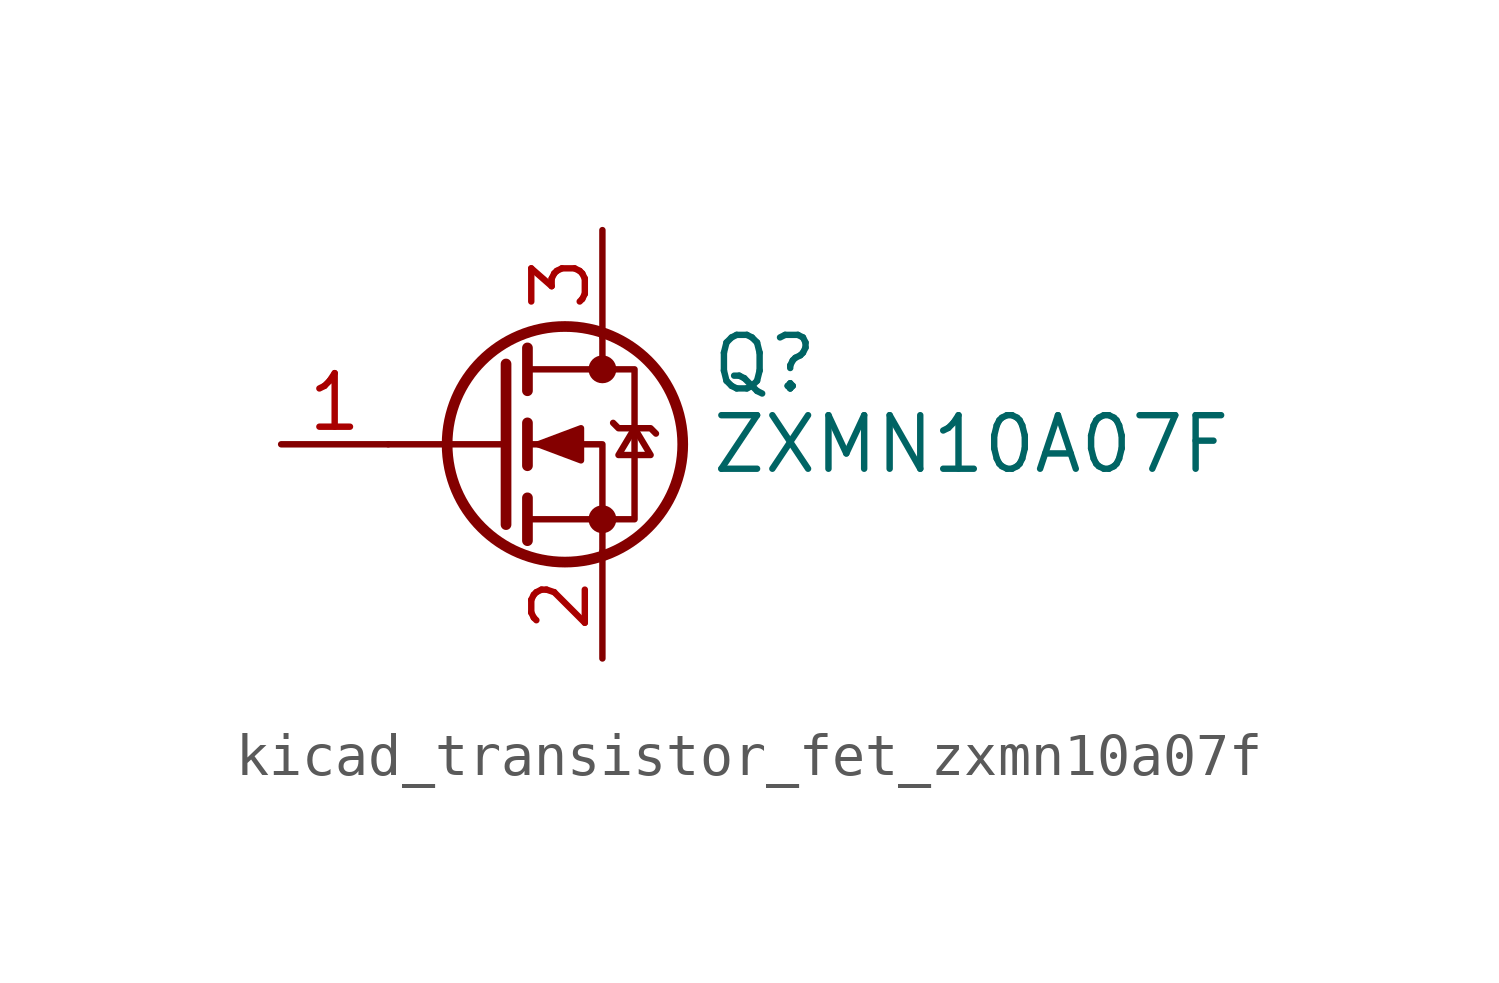
<source format=kicad_sym>
(kicad_symbol_lib
  (version 20220914)
  (generator kicad_symbol_editor)
  (symbol "kicad_transistor_fet_zxmn10a07f"
    (pin_names hide)
    (property "Reference" "Q"
      (at 5.08 1.905 0)
      (effects (font (size 1.27 1.27)) (justify left)))
    (property "Value" "ZXMN10A07F"
      (at 5.08 0 0)
      (effects (font (size 1.27 1.27)) (justify left)))
    (symbol "kicad_transistor_fet_zxmn10a07f_0_1"
      (polyline (pts (xy 0.254 0) (xy -2.54 0)) (stroke (width 0) (type default)) (fill (type none)))
      (polyline (pts (xy 0.254 1.905) (xy 0.254 -1.905)) (stroke (width 0.254) (type default)) (fill (type none)))
      (polyline (pts (xy 0.762 -1.27) (xy 0.762 -2.286)) (stroke (width 0.254) (type default)) (fill (type none)))
      (polyline (pts (xy 0.762 0.508) (xy 0.762 -0.508)) (stroke (width 0.254) (type default)) (fill (type none)))
      (polyline (pts (xy 0.762 2.286) (xy 0.762 1.27)) (stroke (width 0.254) (type default)) (fill (type none)))
      (polyline (pts (xy 2.54 2.54) (xy 2.54 1.778)) (stroke (width 0) (type default)) (fill (type none)))
      (polyline (pts (xy 2.54 -2.54) (xy 2.54 0) (xy 0.762 0)) (stroke (width 0) (type default)) (fill (type none)))
      (polyline (pts (xy 0.762 -1.778) (xy 3.302 -1.778) (xy 3.302 1.778) (xy 0.762 1.778)) (stroke (width 0) (type default)) (fill (type none)))
      (polyline (pts (xy 1.016 0) (xy 2.032 0.381) (xy 2.032 -0.381) (xy 1.016 0)) (stroke (width 0) (type default)) (fill (type outline)))
      (polyline (pts (xy 2.794 0.508) (xy 2.921 0.381) (xy 3.683 0.381) (xy 3.81 0.254)) (stroke (width 0) (type default)) (fill (type none)))
      (polyline (pts (xy 3.302 0.381) (xy 2.921 -0.254) (xy 3.683 -0.254) (xy 3.302 0.381)) (stroke (width 0) (type default)) (fill (type none)))
      (circle (center 1.651 0) (radius 2.794) (stroke (width 0.254) (type default)) (fill (type none)))
      (circle (center 2.54 -1.778) (radius 0.254) (stroke (width 0) (type default)) (fill (type outline)))
      (circle (center 2.54 1.778) (radius 0.254) (stroke (width 0) (type default)) (fill (type outline))))
    (symbol "kicad_transistor_fet_zxmn10a07f_1_1"
      (pin input line (at -5.08 0 0) (length 2.54) (name "G" (effects (font (size 1.27 1.27)))) (number "1" (effects (font (size 1.27 1.27)))))
      (pin passive line (at 2.54 -5.08 90) (length 2.54) (name "S" (effects (font (size 1.27 1.27)))) (number "2" (effects (font (size 1.27 1.27)))))
      (pin passive line (at 2.54 5.08 270) (length 2.54) (name "D" (effects (font (size 1.27 1.27)))) (number "3" (effects (font (size 1.27 1.27))))))))
</source>
